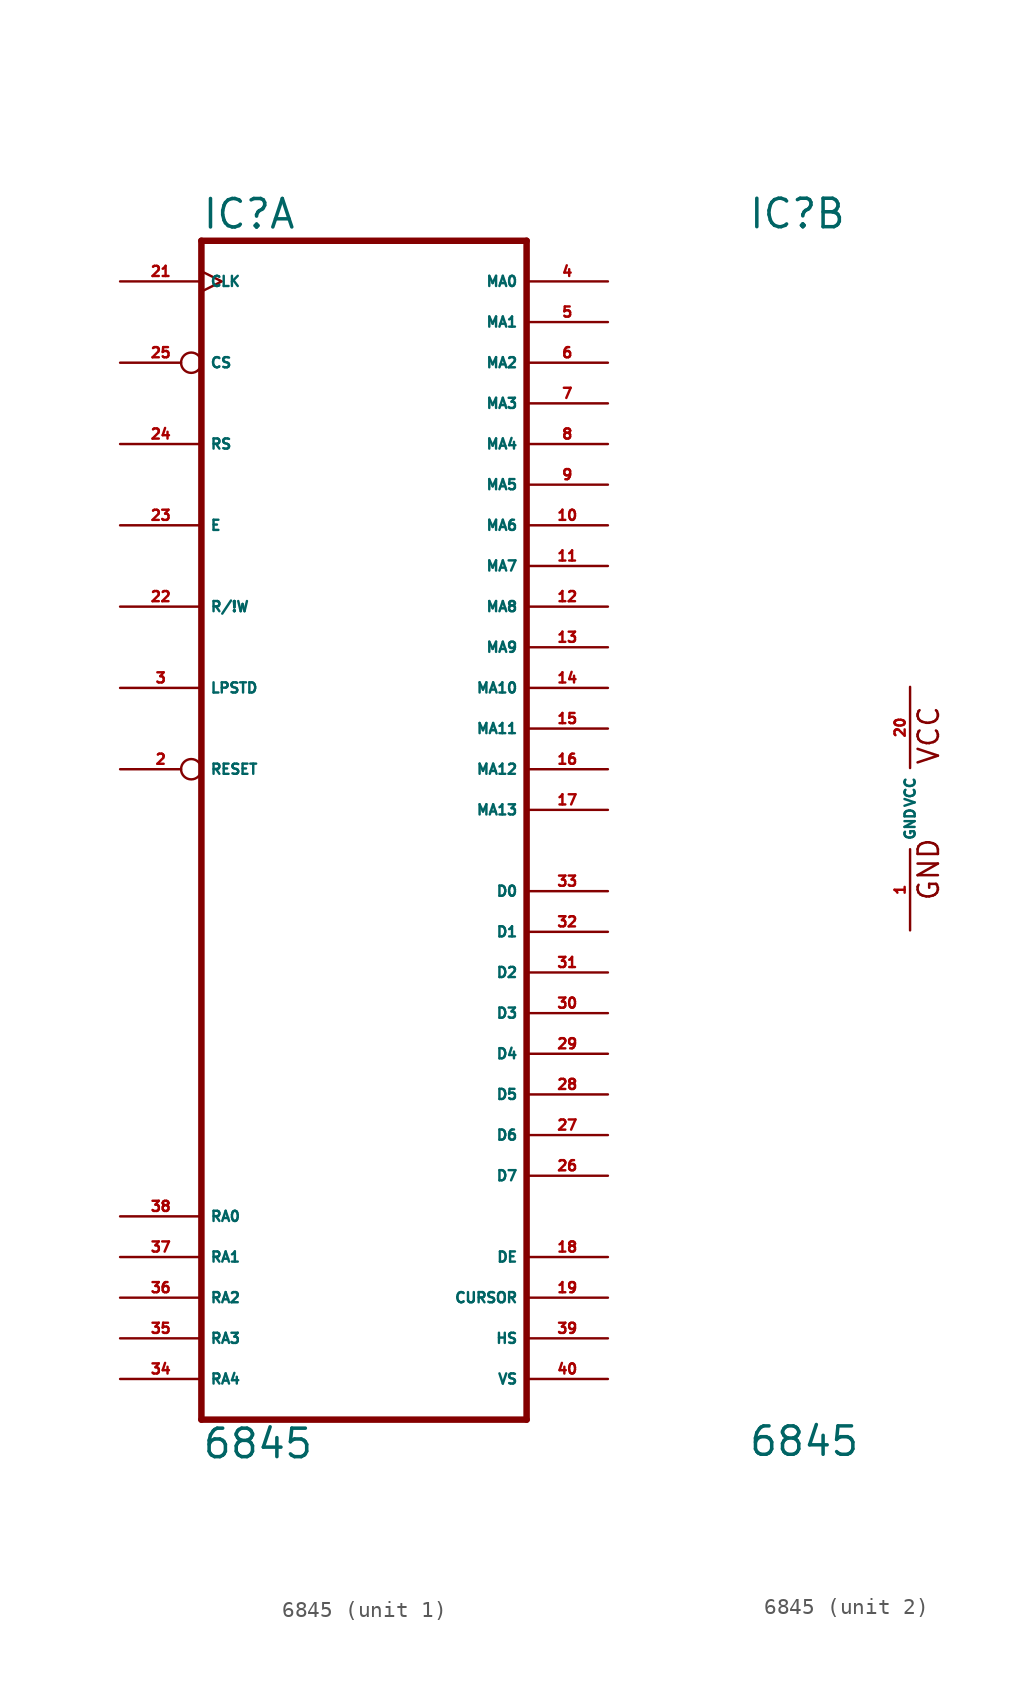
<source format=kicad_sym>
(kicad_symbol_lib
  (version 20220914)
  (generator Eagle2Kicad)
  (symbol "6845"
    (property "Reference" "IC"
      (at -10.16 36.195 0)
      (effects (font (size 1.778 1.778) (thickness 0.22)) (justify left bottom)))
    (property "Value" "6845"
      (at -10.16 -40.64 0)
      (effects (font (size 1.778 1.778) (thickness 0.22)) (justify left bottom)))
    (symbol "6845_1_0"
      (polyline (pts (xy -10.16 -38.1) (xy 10.16 -38.1)) (stroke (width 0.406) (type default)) (fill (type none)))
      (polyline (pts (xy 10.16 -38.1) (xy 10.16 35.56)) (stroke (width 0.406) (type default)) (fill (type none)))
      (polyline (pts (xy 10.16 35.56) (xy -10.16 35.56)) (stroke (width 0.406) (type default)) (fill (type none)))
      (polyline (pts (xy -10.16 35.56) (xy -10.16 -38.1)) (stroke (width 0.406) (type default)) (fill (type none)))
      (pin input inverted (at -15.24 2.54 0) (length 5.08) (name "RESET" (effects (font (size 0.635 0.635) (thickness 0.08)) (justify left bottom))) (number "2" (effects (font (size 0.635 0.635) (thickness 0.08)) (justify left bottom))))
      (pin input line (at -15.24 7.62 0) (length 5.08) (name "LPSTD" (effects (font (size 0.635 0.635) (thickness 0.08)) (justify left bottom))) (number "3" (effects (font (size 0.635 0.635) (thickness 0.08)) (justify left bottom))))
      (pin output line (at 15.24 33.02 180) (length 5.08) (name "MA0" (effects (font (size 0.635 0.635) (thickness 0.08)) (justify left bottom))) (number "4" (effects (font (size 0.635 0.635) (thickness 0.08)) (justify left bottom))))
      (pin output line (at 15.24 30.48 180) (length 5.08) (name "MA1" (effects (font (size 0.635 0.635) (thickness 0.08)) (justify left bottom))) (number "5" (effects (font (size 0.635 0.635) (thickness 0.08)) (justify left bottom))))
      (pin output line (at 15.24 27.94 180) (length 5.08) (name "MA2" (effects (font (size 0.635 0.635) (thickness 0.08)) (justify left bottom))) (number "6" (effects (font (size 0.635 0.635) (thickness 0.08)) (justify left bottom))))
      (pin output line (at 15.24 25.4 180) (length 5.08) (name "MA3" (effects (font (size 0.635 0.635) (thickness 0.08)) (justify left bottom))) (number "7" (effects (font (size 0.635 0.635) (thickness 0.08)) (justify left bottom))))
      (pin output line (at 15.24 22.86 180) (length 5.08) (name "MA4" (effects (font (size 0.635 0.635) (thickness 0.08)) (justify left bottom))) (number "8" (effects (font (size 0.635 0.635) (thickness 0.08)) (justify left bottom))))
      (pin output line (at 15.24 20.32 180) (length 5.08) (name "MA5" (effects (font (size 0.635 0.635) (thickness 0.08)) (justify left bottom))) (number "9" (effects (font (size 0.635 0.635) (thickness 0.08)) (justify left bottom))))
      (pin output line (at 15.24 17.78 180) (length 5.08) (name "MA6" (effects (font (size 0.635 0.635) (thickness 0.08)) (justify left bottom))) (number "10" (effects (font (size 0.635 0.635) (thickness 0.08)) (justify left bottom))))
      (pin output line (at 15.24 15.24 180) (length 5.08) (name "MA7" (effects (font (size 0.635 0.635) (thickness 0.08)) (justify left bottom))) (number "11" (effects (font (size 0.635 0.635) (thickness 0.08)) (justify left bottom))))
      (pin output line (at 15.24 12.7 180) (length 5.08) (name "MA8" (effects (font (size 0.635 0.635) (thickness 0.08)) (justify left bottom))) (number "12" (effects (font (size 0.635 0.635) (thickness 0.08)) (justify left bottom))))
      (pin output line (at 15.24 10.16 180) (length 5.08) (name "MA9" (effects (font (size 0.635 0.635) (thickness 0.08)) (justify left bottom))) (number "13" (effects (font (size 0.635 0.635) (thickness 0.08)) (justify left bottom))))
      (pin output line (at 15.24 7.62 180) (length 5.08) (name "MA10" (effects (font (size 0.635 0.635) (thickness 0.08)) (justify left bottom))) (number "14" (effects (font (size 0.635 0.635) (thickness 0.08)) (justify left bottom))))
      (pin output line (at 15.24 5.08 180) (length 5.08) (name "MA11" (effects (font (size 0.635 0.635) (thickness 0.08)) (justify left bottom))) (number "15" (effects (font (size 0.635 0.635) (thickness 0.08)) (justify left bottom))))
      (pin output line (at 15.24 2.54 180) (length 5.08) (name "MA12" (effects (font (size 0.635 0.635) (thickness 0.08)) (justify left bottom))) (number "16" (effects (font (size 0.635 0.635) (thickness 0.08)) (justify left bottom))))
      (pin output line (at 15.24 0 180) (length 5.08) (name "MA13" (effects (font (size 0.635 0.635) (thickness 0.08)) (justify left bottom))) (number "17" (effects (font (size 0.635 0.635) (thickness 0.08)) (justify left bottom))))
      (pin output line (at 15.24 -27.94 180) (length 5.08) (name "DE" (effects (font (size 0.635 0.635) (thickness 0.08)) (justify left bottom))) (number "18" (effects (font (size 0.635 0.635) (thickness 0.08)) (justify left bottom))))
      (pin output line (at 15.24 -30.48 180) (length 5.08) (name "CURSOR" (effects (font (size 0.635 0.635) (thickness 0.08)) (justify left bottom))) (number "19" (effects (font (size 0.635 0.635) (thickness 0.08)) (justify left bottom))))
      (pin input clock (at -15.24 33.02 0) (length 5.08) (name "CLK" (effects (font (size 0.635 0.635) (thickness 0.08)) (justify left bottom))) (number "21" (effects (font (size 0.635 0.635) (thickness 0.08)) (justify left bottom))))
      (pin input line (at -15.24 12.7 0) (length 5.08) (name "R/!W" (effects (font (size 0.635 0.635) (thickness 0.08)) (justify left bottom))) (number "22" (effects (font (size 0.635 0.635) (thickness 0.08)) (justify left bottom))))
      (pin input line (at -15.24 17.78 0) (length 5.08) (name "E" (effects (font (size 0.635 0.635) (thickness 0.08)) (justify left bottom))) (number "23" (effects (font (size 0.635 0.635) (thickness 0.08)) (justify left bottom))))
      (pin input line (at -15.24 22.86 0) (length 5.08) (name "RS" (effects (font (size 0.635 0.635) (thickness 0.08)) (justify left bottom))) (number "24" (effects (font (size 0.635 0.635) (thickness 0.08)) (justify left bottom))))
      (pin input inverted (at -15.24 27.94 0) (length 5.08) (name "CS" (effects (font (size 0.635 0.635) (thickness 0.08)) (justify left bottom))) (number "25" (effects (font (size 0.635 0.635) (thickness 0.08)) (justify left bottom))))
      (pin output line (at 15.24 -22.86 180) (length 5.08) (name "D7" (effects (font (size 0.635 0.635) (thickness 0.08)) (justify left bottom))) (number "26" (effects (font (size 0.635 0.635) (thickness 0.08)) (justify left bottom))))
      (pin output line (at 15.24 -20.32 180) (length 5.08) (name "D6" (effects (font (size 0.635 0.635) (thickness 0.08)) (justify left bottom))) (number "27" (effects (font (size 0.635 0.635) (thickness 0.08)) (justify left bottom))))
      (pin output line (at 15.24 -17.78 180) (length 5.08) (name "D5" (effects (font (size 0.635 0.635) (thickness 0.08)) (justify left bottom))) (number "28" (effects (font (size 0.635 0.635) (thickness 0.08)) (justify left bottom))))
      (pin output line (at 15.24 -15.24 180) (length 5.08) (name "D4" (effects (font (size 0.635 0.635) (thickness 0.08)) (justify left bottom))) (number "29" (effects (font (size 0.635 0.635) (thickness 0.08)) (justify left bottom))))
      (pin output line (at 15.24 -12.7 180) (length 5.08) (name "D3" (effects (font (size 0.635 0.635) (thickness 0.08)) (justify left bottom))) (number "30" (effects (font (size 0.635 0.635) (thickness 0.08)) (justify left bottom))))
      (pin output line (at 15.24 -10.16 180) (length 5.08) (name "D2" (effects (font (size 0.635 0.635) (thickness 0.08)) (justify left bottom))) (number "31" (effects (font (size 0.635 0.635) (thickness 0.08)) (justify left bottom))))
      (pin output line (at 15.24 -7.62 180) (length 5.08) (name "D1" (effects (font (size 0.635 0.635) (thickness 0.08)) (justify left bottom))) (number "32" (effects (font (size 0.635 0.635) (thickness 0.08)) (justify left bottom))))
      (pin output line (at 15.24 -5.08 180) (length 5.08) (name "D0" (effects (font (size 0.635 0.635) (thickness 0.08)) (justify left bottom))) (number "33" (effects (font (size 0.635 0.635) (thickness 0.08)) (justify left bottom))))
      (pin output line (at -15.24 -35.56 0) (length 5.08) (name "RA4" (effects (font (size 0.635 0.635) (thickness 0.08)) (justify left bottom))) (number "34" (effects (font (size 0.635 0.635) (thickness 0.08)) (justify left bottom))))
      (pin output line (at -15.24 -33.02 0) (length 5.08) (name "RA3" (effects (font (size 0.635 0.635) (thickness 0.08)) (justify left bottom))) (number "35" (effects (font (size 0.635 0.635) (thickness 0.08)) (justify left bottom))))
      (pin output line (at -15.24 -30.48 0) (length 5.08) (name "RA2" (effects (font (size 0.635 0.635) (thickness 0.08)) (justify left bottom))) (number "36" (effects (font (size 0.635 0.635) (thickness 0.08)) (justify left bottom))))
      (pin output line (at -15.24 -27.94 0) (length 5.08) (name "RA1" (effects (font (size 0.635 0.635) (thickness 0.08)) (justify left bottom))) (number "37" (effects (font (size 0.635 0.635) (thickness 0.08)) (justify left bottom))))
      (pin output line (at -15.24 -25.4 0) (length 5.08) (name "RA0" (effects (font (size 0.635 0.635) (thickness 0.08)) (justify left bottom))) (number "38" (effects (font (size 0.635 0.635) (thickness 0.08)) (justify left bottom))))
      (pin output line (at 15.24 -33.02 180) (length 5.08) (name "HS" (effects (font (size 0.635 0.635) (thickness 0.08)) (justify left bottom))) (number "39" (effects (font (size 0.635 0.635) (thickness 0.08)) (justify left bottom))))
      (pin output line (at 15.24 -35.56 180) (length 5.08) (name "VS" (effects (font (size 0.635 0.635) (thickness 0.08)) (justify left bottom))) (number "40" (effects (font (size 0.635 0.635) (thickness 0.08)) (justify left bottom)))))
    (symbol "6845_2_0"
      (text "GND" (at 1.905 -5.842 900) (effects (font (size 1.27 1.27) (thickness 0.16)) (justify left bottom)))
      (text "VCC" (at 1.905 2.667 900) (effects (font (size 1.27 1.27) (thickness 0.16)) (justify left bottom)))
      (pin unspecified line (at 0 -7.62 90) (length 5.08) (name "GND" (effects (font (size 0.635 0.635) (thickness 0.08)) (justify left bottom))) (number "1" (effects (font (size 0.635 0.635) (thickness 0.08)) (justify left bottom))))
      (pin unspecified line (at 0 7.62 270) (length 5.08) (name "VCC" (effects (font (size 0.635 0.635) (thickness 0.08)) (justify left bottom))) (number "20" (effects (font (size 0.635 0.635) (thickness 0.08)) (justify left bottom)))))))
</source>
